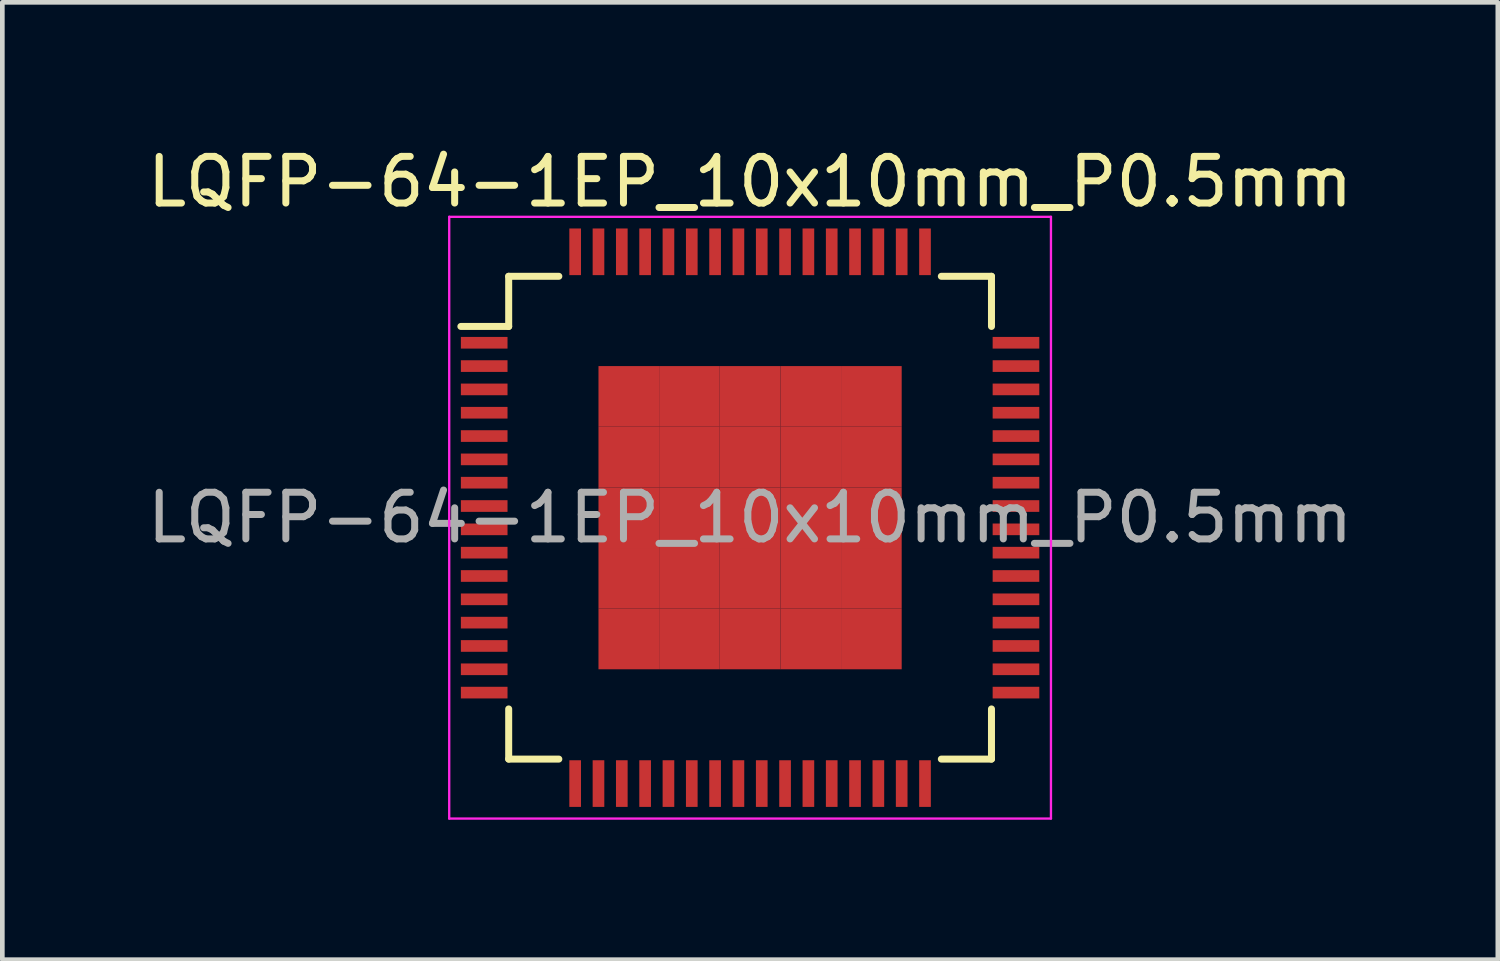
<source format=kicad_pcb>
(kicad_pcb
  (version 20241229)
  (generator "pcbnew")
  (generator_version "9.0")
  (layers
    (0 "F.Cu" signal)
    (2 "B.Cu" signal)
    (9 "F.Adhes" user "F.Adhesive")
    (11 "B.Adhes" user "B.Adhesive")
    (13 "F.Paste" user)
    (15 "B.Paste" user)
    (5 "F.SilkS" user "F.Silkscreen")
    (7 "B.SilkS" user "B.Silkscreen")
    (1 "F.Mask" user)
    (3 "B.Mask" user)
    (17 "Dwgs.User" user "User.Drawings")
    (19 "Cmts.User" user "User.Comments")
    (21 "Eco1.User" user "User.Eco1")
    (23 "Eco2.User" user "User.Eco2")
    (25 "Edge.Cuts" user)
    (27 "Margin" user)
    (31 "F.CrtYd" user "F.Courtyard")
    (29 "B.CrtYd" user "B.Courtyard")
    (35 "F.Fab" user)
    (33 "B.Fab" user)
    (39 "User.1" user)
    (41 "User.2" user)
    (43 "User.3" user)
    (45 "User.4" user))
  (footprint "LQFP-64-1EP_10x10mm_P0.5mm"
    (layer "F.Cu")
    (at 13.03 8.048)
    (property "Reference" "LQFP-64-1EP_10x10mm_P0.5mm" (at 0 -7.2 0) (layer "F.SilkS") (effects (font (size 1 1) (thickness 0.15))))
    (attr smd)
    (fp_line (start -5.175 -5.175) (end -5.175 -4.1) (stroke (width 0.15) (type solid)) (layer "F.SilkS"))
    (fp_line (start -5.175 -5.175) (end -4.1 -5.175) (stroke (width 0.15) (type solid)) (layer "F.SilkS"))
    (fp_line (start -5.175 -4.1) (end -6.2 -4.1) (stroke (width 0.15) (type solid)) (layer "F.SilkS"))
    (fp_line (start -5.175 5.175) (end -5.175 4.1) (stroke (width 0.15) (type solid)) (layer "F.SilkS"))
    (fp_line (start -5.175 5.175) (end -4.1 5.175) (stroke (width 0.15) (type solid)) (layer "F.SilkS"))
    (fp_line (start 5.175 -5.175) (end 4.1 -5.175) (stroke (width 0.15) (type solid)) (layer "F.SilkS"))
    (fp_line (start 5.175 -5.175) (end 5.175 -4.1) (stroke (width 0.15) (type solid)) (layer "F.SilkS"))
    (fp_line (start 5.175 5.175) (end 4.1 5.175) (stroke (width 0.15) (type solid)) (layer "F.SilkS"))
    (fp_line (start 5.175 5.175) (end 5.175 4.1) (stroke (width 0.15) (type solid)) (layer "F.SilkS"))
    (fp_line (start -6.45 -6.45) (end -6.45 6.45) (stroke (width 0.05) (type solid)) (layer "F.CrtYd"))
    (fp_line (start -6.45 -6.45) (end 6.45 -6.45) (stroke (width 0.05) (type solid)) (layer "F.CrtYd"))
    (fp_line (start -6.45 6.45) (end 6.45 6.45) (stroke (width 0.05) (type solid)) (layer "F.CrtYd"))
    (fp_line (start 6.45 -6.45) (end 6.45 6.45) (stroke (width 0.05) (type solid)) (layer "F.CrtYd"))
    (fp_text user "${REFERENCE}" (at 0 0 0) (layer "F.Fab") (effects (font (size 1 1) (thickness 0.15))))
    (pad "1" smd rect (at -5.7 -3.75) (size 1 0.25) (layers "F.Cu" "F.Mask" "F.Paste"))
    (pad "2" smd rect (at -5.7 -3.25) (size 1 0.25) (layers "F.Cu" "F.Mask" "F.Paste"))
    (pad "3" smd rect (at -5.7 -2.75) (size 1 0.25) (layers "F.Cu" "F.Mask" "F.Paste"))
    (pad "4" smd rect (at -5.7 -2.25) (size 1 0.25) (layers "F.Cu" "F.Mask" "F.Paste"))
    (pad "5" smd rect (at -5.7 -1.75) (size 1 0.25) (layers "F.Cu" "F.Mask" "F.Paste"))
    (pad "6" smd rect (at -5.7 -1.25) (size 1 0.25) (layers "F.Cu" "F.Mask" "F.Paste"))
    (pad "7" smd rect (at -5.7 -0.75) (size 1 0.25) (layers "F.Cu" "F.Mask" "F.Paste"))
    (pad "8" smd rect (at -5.7 -0.25) (size 1 0.25) (layers "F.Cu" "F.Mask" "F.Paste"))
    (pad "9" smd rect (at -5.7 0.25) (size 1 0.25) (layers "F.Cu" "F.Mask" "F.Paste"))
    (pad "10" smd rect (at -5.7 0.75) (size 1 0.25) (layers "F.Cu" "F.Mask" "F.Paste"))
    (pad "11" smd rect (at -5.7 1.25) (size 1 0.25) (layers "F.Cu" "F.Mask" "F.Paste"))
    (pad "12" smd rect (at -5.7 1.75) (size 1 0.25) (layers "F.Cu" "F.Mask" "F.Paste"))
    (pad "13" smd rect (at -5.7 2.25) (size 1 0.25) (layers "F.Cu" "F.Mask" "F.Paste"))
    (pad "14" smd rect (at -5.7 2.75) (size 1 0.25) (layers "F.Cu" "F.Mask" "F.Paste"))
    (pad "15" smd rect (at -5.7 3.25) (size 1 0.25) (layers "F.Cu" "F.Mask" "F.Paste"))
    (pad "16" smd rect (at -5.7 3.75) (size 1 0.25) (layers "F.Cu" "F.Mask" "F.Paste"))
    (pad "17" smd rect (at -3.75 5.7 90) (size 1 0.25) (layers "F.Cu" "F.Mask" "F.Paste"))
    (pad "18" smd rect (at -3.25 5.7 90) (size 1 0.25) (layers "F.Cu" "F.Mask" "F.Paste"))
    (pad "19" smd rect (at -2.75 5.7 90) (size 1 0.25) (layers "F.Cu" "F.Mask" "F.Paste"))
    (pad "20" smd rect (at -2.25 5.7 90) (size 1 0.25) (layers "F.Cu" "F.Mask" "F.Paste"))
    (pad "21" smd rect (at -1.75 5.7 90) (size 1 0.25) (layers "F.Cu" "F.Mask" "F.Paste"))
    (pad "22" smd rect (at -1.25 5.7 90) (size 1 0.25) (layers "F.Cu" "F.Mask" "F.Paste"))
    (pad "23" smd rect (at -0.75 5.7 90) (size 1 0.25) (layers "F.Cu" "F.Mask" "F.Paste"))
    (pad "24" smd rect (at -0.25 5.7 90) (size 1 0.25) (layers "F.Cu" "F.Mask" "F.Paste"))
    (pad "25" smd rect (at 0.25 5.7 90) (size 1 0.25) (layers "F.Cu" "F.Mask" "F.Paste"))
    (pad "26" smd rect (at 0.75 5.7 90) (size 1 0.25) (layers "F.Cu" "F.Mask" "F.Paste"))
    (pad "27" smd rect (at 1.25 5.7 90) (size 1 0.25) (layers "F.Cu" "F.Mask" "F.Paste"))
    (pad "28" smd rect (at 1.75 5.7 90) (size 1 0.25) (layers "F.Cu" "F.Mask" "F.Paste"))
    (pad "29" smd rect (at 2.25 5.7 90) (size 1 0.25) (layers "F.Cu" "F.Mask" "F.Paste"))
    (pad "30" smd rect (at 2.75 5.7 90) (size 1 0.25) (layers "F.Cu" "F.Mask" "F.Paste"))
    (pad "31" smd rect (at 3.25 5.7 90) (size 1 0.25) (layers "F.Cu" "F.Mask" "F.Paste"))
    (pad "32" smd rect (at 3.75 5.7 90) (size 1 0.25) (layers "F.Cu" "F.Mask" "F.Paste"))
    (pad "33" smd rect (at 5.7 3.75) (size 1 0.25) (layers "F.Cu" "F.Mask" "F.Paste"))
    (pad "34" smd rect (at 5.7 3.25) (size 1 0.25) (layers "F.Cu" "F.Mask" "F.Paste"))
    (pad "35" smd rect (at 5.7 2.75) (size 1 0.25) (layers "F.Cu" "F.Mask" "F.Paste"))
    (pad "36" smd rect (at 5.7 2.25) (size 1 0.25) (layers "F.Cu" "F.Mask" "F.Paste"))
    (pad "37" smd rect (at 5.7 1.75) (size 1 0.25) (layers "F.Cu" "F.Mask" "F.Paste"))
    (pad "38" smd rect (at 5.7 1.25) (size 1 0.25) (layers "F.Cu" "F.Mask" "F.Paste"))
    (pad "39" smd rect (at 5.7 0.75) (size 1 0.25) (layers "F.Cu" "F.Mask" "F.Paste"))
    (pad "40" smd rect (at 5.7 0.25) (size 1 0.25) (layers "F.Cu" "F.Mask" "F.Paste"))
    (pad "41" smd rect (at 5.7 -0.25) (size 1 0.25) (layers "F.Cu" "F.Mask" "F.Paste"))
    (pad "42" smd rect (at 5.7 -0.75) (size 1 0.25) (layers "F.Cu" "F.Mask" "F.Paste"))
    (pad "43" smd rect (at 5.7 -1.25) (size 1 0.25) (layers "F.Cu" "F.Mask" "F.Paste"))
    (pad "44" smd rect (at 5.7 -1.75) (size 1 0.25) (layers "F.Cu" "F.Mask" "F.Paste"))
    (pad "45" smd rect (at 5.7 -2.25) (size 1 0.25) (layers "F.Cu" "F.Mask" "F.Paste"))
    (pad "46" smd rect (at 5.7 -2.75) (size 1 0.25) (layers "F.Cu" "F.Mask" "F.Paste"))
    (pad "47" smd rect (at 5.7 -3.25) (size 1 0.25) (layers "F.Cu" "F.Mask" "F.Paste"))
    (pad "48" smd rect (at 5.7 -3.75) (size 1 0.25) (layers "F.Cu" "F.Mask" "F.Paste"))
    (pad "49" smd rect (at 3.75 -5.7 90) (size 1 0.25) (layers "F.Cu" "F.Mask" "F.Paste"))
    (pad "50" smd rect (at 3.25 -5.7 90) (size 1 0.25) (layers "F.Cu" "F.Mask" "F.Paste"))
    (pad "51" smd rect (at 2.75 -5.7 90) (size 1 0.25) (layers "F.Cu" "F.Mask" "F.Paste"))
    (pad "52" smd rect (at 2.25 -5.7 90) (size 1 0.25) (layers "F.Cu" "F.Mask" "F.Paste"))
    (pad "53" smd rect (at 1.75 -5.7 90) (size 1 0.25) (layers "F.Cu" "F.Mask" "F.Paste"))
    (pad "54" smd rect (at 1.25 -5.7 90) (size 1 0.25) (layers "F.Cu" "F.Mask" "F.Paste"))
    (pad "55" smd rect (at 0.75 -5.7 90) (size 1 0.25) (layers "F.Cu" "F.Mask" "F.Paste"))
    (pad "56" smd rect (at 0.25 -5.7 90) (size 1 0.25) (layers "F.Cu" "F.Mask" "F.Paste"))
    (pad "57" smd rect (at -0.25 -5.7 90) (size 1 0.25) (layers "F.Cu" "F.Mask" "F.Paste"))
    (pad "58" smd rect (at -0.75 -5.7 90) (size 1 0.25) (layers "F.Cu" "F.Mask" "F.Paste"))
    (pad "59" smd rect (at -1.25 -5.7 90) (size 1 0.25) (layers "F.Cu" "F.Mask" "F.Paste"))
    (pad "60" smd rect (at -1.75 -5.7 90) (size 1 0.25) (layers "F.Cu" "F.Mask" "F.Paste"))
    (pad "61" smd rect (at -2.25 -5.7 90) (size 1 0.25) (layers "F.Cu" "F.Mask" "F.Paste"))
    (pad "62" smd rect (at -2.75 -5.7 90) (size 1 0.25) (layers "F.Cu" "F.Mask" "F.Paste"))
    (pad "63" smd rect (at -3.25 -5.7 90) (size 1 0.25) (layers "F.Cu" "F.Mask" "F.Paste"))
    (pad "64" smd rect (at -3.75 -5.7 90) (size 1 0.25) (layers "F.Cu" "F.Mask" "F.Paste"))
    (pad "65" smd rect (at -2.6 -2.6) (size 1.3 1.3) (layers "F.Cu" "F.Mask" "F.Paste"))
    (pad "65" smd rect (at -2.6 -1.3) (size 1.3 1.3) (layers "F.Cu" "F.Mask" "F.Paste"))
    (pad "65" smd rect (at -2.6 0) (size 1.3 1.3) (layers "F.Cu" "F.Mask" "F.Paste"))
    (pad "65" smd rect (at -2.6 1.3) (size 1.3 1.3) (layers "F.Cu" "F.Mask" "F.Paste"))
    (pad "65" smd rect (at -2.6 2.6) (size 1.3 1.3) (layers "F.Cu" "F.Mask" "F.Paste"))
    (pad "65" smd rect (at -1.3 -2.6) (size 1.3 1.3) (layers "F.Cu" "F.Mask" "F.Paste"))
    (pad "65" smd rect (at -1.3 -1.3) (size 1.3 1.3) (layers "F.Cu" "F.Mask" "F.Paste"))
    (pad "65" smd rect (at -1.3 0) (size 1.3 1.3) (layers "F.Cu" "F.Mask" "F.Paste"))
    (pad "65" smd rect (at -1.3 1.3) (size 1.3 1.3) (layers "F.Cu" "F.Mask" "F.Paste"))
    (pad "65" smd rect (at -1.3 2.6) (size 1.3 1.3) (layers "F.Cu" "F.Mask" "F.Paste"))
    (pad "65" smd rect (at 0 -2.6) (size 1.3 1.3) (layers "F.Cu" "F.Mask" "F.Paste"))
    (pad "65" smd rect (at 0 -1.3) (size 1.3 1.3) (layers "F.Cu" "F.Mask" "F.Paste"))
    (pad "65" smd rect (at 0 0) (size 1.3 1.3) (layers "F.Cu" "F.Mask" "F.Paste"))
    (pad "65" smd rect (at 0 1.3) (size 1.3 1.3) (layers "F.Cu" "F.Mask" "F.Paste"))
    (pad "65" smd rect (at 0 2.6) (size 1.3 1.3) (layers "F.Cu" "F.Mask" "F.Paste"))
    (pad "65" smd rect (at 1.3 -2.6) (size 1.3 1.3) (layers "F.Cu" "F.Mask" "F.Paste"))
    (pad "65" smd rect (at 1.3 -1.3) (size 1.3 1.3) (layers "F.Cu" "F.Mask" "F.Paste"))
    (pad "65" smd rect (at 1.3 0) (size 1.3 1.3) (layers "F.Cu" "F.Mask" "F.Paste"))
    (pad "65" smd rect (at 1.3 1.3) (size 1.3 1.3) (layers "F.Cu" "F.Mask" "F.Paste"))
    (pad "65" smd rect (at 1.3 2.6) (size 1.3 1.3) (layers "F.Cu" "F.Mask" "F.Paste"))
    (pad "65" smd rect (at 2.6 -2.6) (size 1.3 1.3) (layers "F.Cu" "F.Mask" "F.Paste"))
    (pad "65" smd rect (at 2.6 -1.3) (size 1.3 1.3) (layers "F.Cu" "F.Mask" "F.Paste"))
    (pad "65" smd rect (at 2.6 0) (size 1.3 1.3) (layers "F.Cu" "F.Mask" "F.Paste"))
    (pad "65" smd rect (at 2.6 1.3) (size 1.3 1.3) (layers "F.Cu" "F.Mask" "F.Paste"))
    (pad "65" smd rect (at 2.6 2.6) (size 1.3 1.3) (layers "F.Cu" "F.Mask" "F.Paste")))
  (gr_rect
    (start -3 -3)
    (end 29.06 17.523)
    (stroke (width 0.1) (type default))
    (fill no)
    (layer "Edge.Cuts")))
</source>
